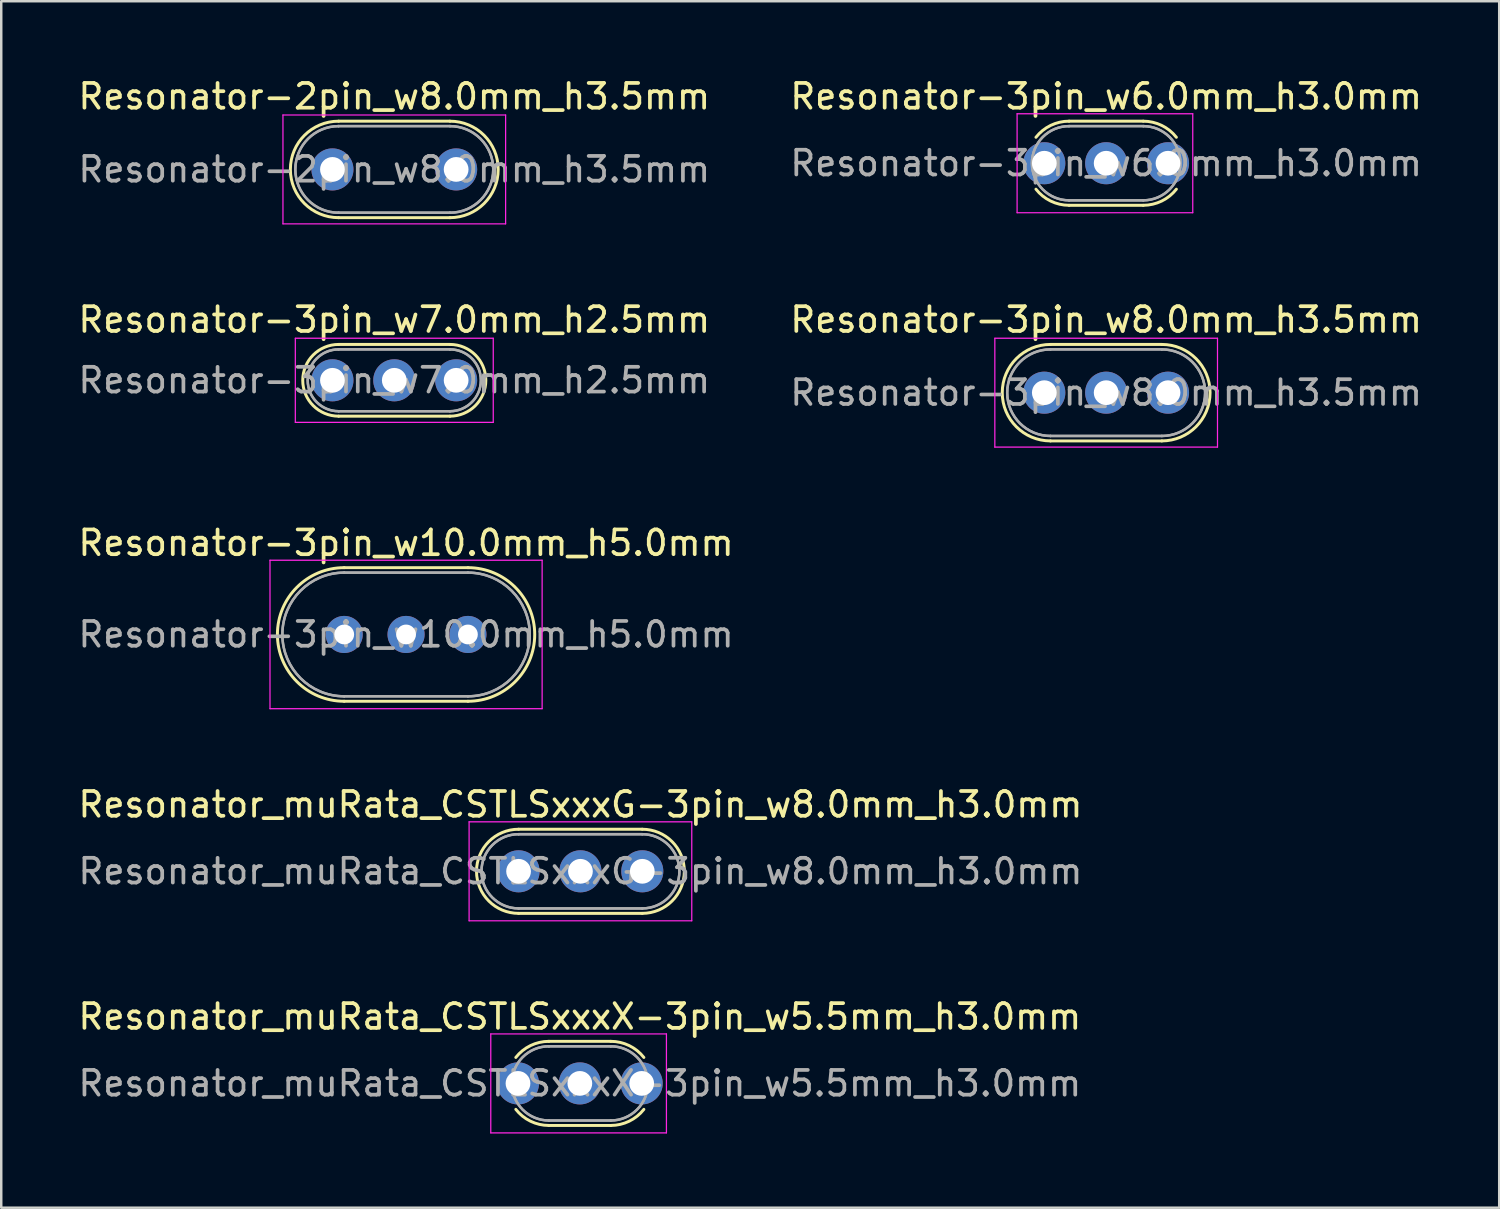
<source format=kicad_pcb>
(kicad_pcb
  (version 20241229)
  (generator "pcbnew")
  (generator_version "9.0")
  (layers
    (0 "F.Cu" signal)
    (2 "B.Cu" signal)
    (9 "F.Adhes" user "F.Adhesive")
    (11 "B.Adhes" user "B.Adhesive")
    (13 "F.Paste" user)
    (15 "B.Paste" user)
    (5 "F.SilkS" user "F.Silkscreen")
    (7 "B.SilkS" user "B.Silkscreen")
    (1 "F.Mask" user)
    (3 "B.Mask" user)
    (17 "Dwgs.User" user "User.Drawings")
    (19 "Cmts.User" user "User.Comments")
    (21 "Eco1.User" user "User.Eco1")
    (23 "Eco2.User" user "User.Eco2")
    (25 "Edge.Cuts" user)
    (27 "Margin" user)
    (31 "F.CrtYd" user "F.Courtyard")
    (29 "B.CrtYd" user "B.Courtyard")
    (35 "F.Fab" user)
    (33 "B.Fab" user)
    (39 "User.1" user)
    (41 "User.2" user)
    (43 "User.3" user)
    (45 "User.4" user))
  (footprint "Resonator-3pin_w10.0mm_h5.0mm"
    (layer "F.Cu")
    (at 10.863 22.595)
    (property "Reference" "Resonator-3pin_w10.0mm_h5.0mm" (at 2.5 -3.7 0) (layer "F.SilkS") (effects (font (size 1 1) (thickness 0.15))))
    (attr through_hole)
    (fp_line (start 0 -2.7) (end 5 -2.7) (stroke (width 0.12) (type solid)) (layer "F.SilkS"))
    (fp_line (start 0 2.7) (end 5 2.7) (stroke (width 0.12) (type solid)) (layer "F.SilkS"))
    (fp_arc (start 0 2.7) (mid -2.7 0) (end 0 -2.7) (stroke (width 0.12) (type solid)) (layer "F.SilkS"))
    (fp_arc (start 5 -2.7) (mid 7.7 0) (end 5 2.7) (stroke (width 0.12) (type solid)) (layer "F.SilkS"))
    (fp_line (start -3 -3) (end -3 3) (stroke (width 0.05) (type solid)) (layer "F.CrtYd"))
    (fp_line (start -3 3) (end 8 3) (stroke (width 0.05) (type solid)) (layer "F.CrtYd"))
    (fp_line (start 8 -3) (end -3 -3) (stroke (width 0.05) (type solid)) (layer "F.CrtYd"))
    (fp_line (start 8 3) (end 8 -3) (stroke (width 0.05) (type solid)) (layer "F.CrtYd"))
    (fp_line (start 0 -2.5) (end 5 -2.5) (stroke (width 0.1) (type solid)) (layer "F.Fab"))
    (fp_line (start 0 -2.5) (end 5 -2.5) (stroke (width 0.1) (type solid)) (layer "F.Fab"))
    (fp_line (start 0 2.5) (end 5 2.5) (stroke (width 0.1) (type solid)) (layer "F.Fab"))
    (fp_line (start 0 2.5) (end 5 2.5) (stroke (width 0.1) (type solid)) (layer "F.Fab"))
    (fp_arc (start 0 2.5) (mid -2.5 0) (end 0 -2.5) (stroke (width 0.1) (type solid)) (layer "F.Fab"))
    (fp_arc (start 0 2.5) (mid -2.5 0) (end 0 -2.5) (stroke (width 0.1) (type solid)) (layer "F.Fab"))
    (fp_arc (start 5 -2.5) (mid 7.5 0) (end 5 2.5) (stroke (width 0.1) (type solid)) (layer "F.Fab"))
    (fp_arc (start 5 -2.5) (mid 7.5 0) (end 5 2.5) (stroke (width 0.1) (type solid)) (layer "F.Fab"))
    (fp_text user "${REFERENCE}" (at 2.5 0 0) (layer "F.Fab") (effects (font (size 1 1) (thickness 0.15))))
    (pad "1" thru_hole circle (at 0 0) (size 1.5 1.5) (drill 0.8) (layers "*.Cu" "*.Mask"))
    (pad "2" thru_hole circle (at 2.5 0) (size 1.5 1.5) (drill 0.8) (layers "*.Cu" "*.Mask"))
    (pad "3" thru_hole circle (at 5 0) (size 1.5 1.5) (drill 0.8) (layers "*.Cu" "*.Mask")))
  (footprint "Resonator-3pin_w8.0mm_h3.5mm"
    (layer "F.Cu")
    (at 39.161 12.822)
    (property "Reference" "Resonator-3pin_w8.0mm_h3.5mm" (at 2.5 -2.95 0) (layer "F.SilkS") (effects (font (size 1 1) (thickness 0.15))))
    (attr through_hole)
    (fp_line (start 0.25 -1.95) (end 4.75 -1.95) (stroke (width 0.12) (type solid)) (layer "F.SilkS"))
    (fp_line (start 0.25 1.95) (end 4.75 1.95) (stroke (width 0.12) (type solid)) (layer "F.SilkS"))
    (fp_arc (start 0.25 1.95) (mid -1.7 0) (end 0.25 -1.95) (stroke (width 0.12) (type solid)) (layer "F.SilkS"))
    (fp_arc (start 4.75 -1.95) (mid 6.7 0) (end 4.75 1.95) (stroke (width 0.12) (type solid)) (layer "F.SilkS"))
    (fp_line (start -2 -2.2) (end -2 2.2) (stroke (width 0.05) (type solid)) (layer "F.CrtYd"))
    (fp_line (start -2 2.2) (end 7 2.2) (stroke (width 0.05) (type solid)) (layer "F.CrtYd"))
    (fp_line (start 7 -2.2) (end -2 -2.2) (stroke (width 0.05) (type solid)) (layer "F.CrtYd"))
    (fp_line (start 7 2.2) (end 7 -2.2) (stroke (width 0.05) (type solid)) (layer "F.CrtYd"))
    (fp_line (start 0.25 -1.75) (end 4.75 -1.75) (stroke (width 0.1) (type solid)) (layer "F.Fab"))
    (fp_line (start 0.25 -1.75) (end 4.75 -1.75) (stroke (width 0.1) (type solid)) (layer "F.Fab"))
    (fp_line (start 0.25 1.75) (end 4.75 1.75) (stroke (width 0.1) (type solid)) (layer "F.Fab"))
    (fp_line (start 0.25 1.75) (end 4.75 1.75) (stroke (width 0.1) (type solid)) (layer "F.Fab"))
    (fp_arc (start 0.25 1.75) (mid -1.5 0) (end 0.25 -1.75) (stroke (width 0.1) (type solid)) (layer "F.Fab"))
    (fp_arc (start 0.25 1.75) (mid -1.5 0) (end 0.25 -1.75) (stroke (width 0.1) (type solid)) (layer "F.Fab"))
    (fp_arc (start 4.75 -1.75) (mid 6.5 0) (end 4.75 1.75) (stroke (width 0.1) (type solid)) (layer "F.Fab"))
    (fp_arc (start 4.75 -1.75) (mid 6.5 0) (end 4.75 1.75) (stroke (width 0.1) (type solid)) (layer "F.Fab"))
    (fp_text user "${REFERENCE}" (at 2.5 0 0) (layer "F.Fab") (effects (font (size 1 1) (thickness 0.15))))
    (pad "1" thru_hole circle (at 0 0) (size 1.7 1.7) (drill 1) (layers "*.Cu" "*.Mask"))
    (pad "2" thru_hole circle (at 2.5 0) (size 1.7 1.7) (drill 1) (layers "*.Cu" "*.Mask"))
    (pad "3" thru_hole circle (at 5 0) (size 1.7 1.7) (drill 1) (layers "*.Cu" "*.Mask")))
  (footprint "Resonator-3pin_w7.0mm_h2.5mm"
    (layer "F.Cu")
    (at 10.387 12.322)
    (property "Reference" "Resonator-3pin_w7.0mm_h2.5mm" (at 2.5 -2.45 0) (layer "F.SilkS") (effects (font (size 1 1) (thickness 0.15))))
    (attr through_hole)
    (fp_line (start 0.25 -1.45) (end 4.75 -1.45) (stroke (width 0.12) (type solid)) (layer "F.SilkS"))
    (fp_line (start 0.25 1.45) (end 4.75 1.45) (stroke (width 0.12) (type solid)) (layer "F.SilkS"))
    (fp_arc (start 0.25 1.45) (mid -1.2 0) (end 0.25 -1.45) (stroke (width 0.12) (type solid)) (layer "F.SilkS"))
    (fp_arc (start 4.75 -1.45) (mid 6.2 0) (end 4.75 1.45) (stroke (width 0.12) (type solid)) (layer "F.SilkS"))
    (fp_line (start -1.5 -1.7) (end -1.5 1.7) (stroke (width 0.05) (type solid)) (layer "F.CrtYd"))
    (fp_line (start -1.5 1.7) (end 6.5 1.7) (stroke (width 0.05) (type solid)) (layer "F.CrtYd"))
    (fp_line (start 6.5 -1.7) (end -1.5 -1.7) (stroke (width 0.05) (type solid)) (layer "F.CrtYd"))
    (fp_line (start 6.5 1.7) (end 6.5 -1.7) (stroke (width 0.05) (type solid)) (layer "F.CrtYd"))
    (fp_line (start 0.25 -1.25) (end 4.75 -1.25) (stroke (width 0.1) (type solid)) (layer "F.Fab"))
    (fp_line (start 0.25 -1.25) (end 4.75 -1.25) (stroke (width 0.1) (type solid)) (layer "F.Fab"))
    (fp_line (start 0.25 1.25) (end 4.75 1.25) (stroke (width 0.1) (type solid)) (layer "F.Fab"))
    (fp_line (start 0.25 1.25) (end 4.75 1.25) (stroke (width 0.1) (type solid)) (layer "F.Fab"))
    (fp_arc (start 0.25 1.25) (mid -1 0) (end 0.25 -1.25) (stroke (width 0.1) (type solid)) (layer "F.Fab"))
    (fp_arc (start 0.25 1.25) (mid -1 0) (end 0.25 -1.25) (stroke (width 0.1) (type solid)) (layer "F.Fab"))
    (fp_arc (start 4.75 -1.25) (mid 6 0) (end 4.75 1.25) (stroke (width 0.1) (type solid)) (layer "F.Fab"))
    (fp_arc (start 4.75 -1.25) (mid 6 0) (end 4.75 1.25) (stroke (width 0.1) (type solid)) (layer "F.Fab"))
    (fp_text user "${REFERENCE}" (at 2.5 0 0) (layer "F.Fab") (effects (font (size 1 1) (thickness 0.15))))
    (pad "1" thru_hole circle (at 0 0) (size 1.7 1.7) (drill 1) (layers "*.Cu" "*.Mask"))
    (pad "2" thru_hole circle (at 2.5 0) (size 1.7 1.7) (drill 1) (layers "*.Cu" "*.Mask"))
    (pad "3" thru_hole circle (at 5 0) (size 1.7 1.7) (drill 1) (layers "*.Cu" "*.Mask")))
  (footprint "Resonator_muRata_CSTLSxxxG-3pin_w8.0mm_h3.0mm"
    (layer "F.Cu")
    (at 17.911 32.168)
    (property "Reference" "Resonator_muRata_CSTLSxxxG-3pin_w8.0mm_h3.0mm" (at 2.5 -2.7 0) (layer "F.SilkS") (effects (font (size 1 1) (thickness 0.15))))
    (attr through_hole)
    (fp_line (start 0 -1.7) (end 5 -1.7) (stroke (width 0.12) (type solid)) (layer "F.SilkS"))
    (fp_line (start 0 1.7) (end 5 1.7) (stroke (width 0.12) (type solid)) (layer "F.SilkS"))
    (fp_arc (start 0 1.7) (mid -1.7 0) (end 0 -1.7) (stroke (width 0.12) (type solid)) (layer "F.SilkS"))
    (fp_arc (start 5 -1.7) (mid 6.7 0) (end 5 1.7) (stroke (width 0.12) (type solid)) (layer "F.SilkS"))
    (fp_line (start -2 -2) (end -2 2) (stroke (width 0.05) (type solid)) (layer "F.CrtYd"))
    (fp_line (start -2 2) (end 7 2) (stroke (width 0.05) (type solid)) (layer "F.CrtYd"))
    (fp_line (start 7 -2) (end -2 -2) (stroke (width 0.05) (type solid)) (layer "F.CrtYd"))
    (fp_line (start 7 2) (end 7 -2) (stroke (width 0.05) (type solid)) (layer "F.CrtYd"))
    (fp_line (start 0 -1.5) (end 5 -1.5) (stroke (width 0.1) (type solid)) (layer "F.Fab"))
    (fp_line (start 0 -1.5) (end 5 -1.5) (stroke (width 0.1) (type solid)) (layer "F.Fab"))
    (fp_line (start 0 1.5) (end 5 1.5) (stroke (width 0.1) (type solid)) (layer "F.Fab"))
    (fp_line (start 0 1.5) (end 5 1.5) (stroke (width 0.1) (type solid)) (layer "F.Fab"))
    (fp_arc (start 0 1.5) (mid -1.5 0) (end 0 -1.5) (stroke (width 0.1) (type solid)) (layer "F.Fab"))
    (fp_arc (start 0 1.5) (mid -1.5 0) (end 0 -1.5) (stroke (width 0.1) (type solid)) (layer "F.Fab"))
    (fp_arc (start 5 -1.5) (mid 6.5 0) (end 5 1.5) (stroke (width 0.1) (type solid)) (layer "F.Fab"))
    (fp_arc (start 5 -1.5) (mid 6.5 0) (end 5 1.5) (stroke (width 0.1) (type solid)) (layer "F.Fab"))
    (fp_text user "${REFERENCE}" (at 2.5 0 0) (layer "F.Fab") (effects (font (size 1 1) (thickness 0.15))))
    (pad "1" thru_hole circle (at 0 0) (size 1.7 1.7) (drill 1) (layers "*.Cu" "*.Mask"))
    (pad "2" thru_hole circle (at 2.5 0) (size 1.7 1.7) (drill 1) (layers "*.Cu" "*.Mask"))
    (pad "3" thru_hole circle (at 5 0) (size 1.7 1.7) (drill 1) (layers "*.Cu" "*.Mask")))
  (footprint "Resonator-2pin_w8.0mm_h3.5mm"
    (layer "F.Cu")
    (at 10.387 3.798)
    (property "Reference" "Resonator-2pin_w8.0mm_h3.5mm" (at 2.5 -2.95 0) (layer "F.SilkS") (effects (font (size 1 1) (thickness 0.15))))
    (attr through_hole)
    (fp_line (start 0.25 -1.95) (end 4.75 -1.95) (stroke (width 0.12) (type solid)) (layer "F.SilkS"))
    (fp_line (start 0.25 1.95) (end 4.75 1.95) (stroke (width 0.12) (type solid)) (layer "F.SilkS"))
    (fp_arc (start 0.25 1.95) (mid -1.7 0) (end 0.25 -1.95) (stroke (width 0.12) (type solid)) (layer "F.SilkS"))
    (fp_arc (start 4.75 -1.95) (mid 6.7 0) (end 4.75 1.95) (stroke (width 0.12) (type solid)) (layer "F.SilkS"))
    (fp_line (start -2 -2.2) (end -2 2.2) (stroke (width 0.05) (type solid)) (layer "F.CrtYd"))
    (fp_line (start -2 2.2) (end 7 2.2) (stroke (width 0.05) (type solid)) (layer "F.CrtYd"))
    (fp_line (start 7 -2.2) (end -2 -2.2) (stroke (width 0.05) (type solid)) (layer "F.CrtYd"))
    (fp_line (start 7 2.2) (end 7 -2.2) (stroke (width 0.05) (type solid)) (layer "F.CrtYd"))
    (fp_line (start 0.25 -1.75) (end 4.75 -1.75) (stroke (width 0.1) (type solid)) (layer "F.Fab"))
    (fp_line (start 0.25 -1.75) (end 4.75 -1.75) (stroke (width 0.1) (type solid)) (layer "F.Fab"))
    (fp_line (start 0.25 1.75) (end 4.75 1.75) (stroke (width 0.1) (type solid)) (layer "F.Fab"))
    (fp_line (start 0.25 1.75) (end 4.75 1.75) (stroke (width 0.1) (type solid)) (layer "F.Fab"))
    (fp_arc (start 0.25 1.75) (mid -1.5 0) (end 0.25 -1.75) (stroke (width 0.1) (type solid)) (layer "F.Fab"))
    (fp_arc (start 0.25 1.75) (mid -1.5 0) (end 0.25 -1.75) (stroke (width 0.1) (type solid)) (layer "F.Fab"))
    (fp_arc (start 4.75 -1.75) (mid 6.5 0) (end 4.75 1.75) (stroke (width 0.1) (type solid)) (layer "F.Fab"))
    (fp_arc (start 4.75 -1.75) (mid 6.5 0) (end 4.75 1.75) (stroke (width 0.1) (type solid)) (layer "F.Fab"))
    (fp_text user "${REFERENCE}" (at 2.5 0 0) (layer "F.Fab") (effects (font (size 1 1) (thickness 0.15))))
    (pad "1" thru_hole circle (at 0 0) (size 1.7 1.7) (drill 1) (layers "*.Cu" "*.Mask"))
    (pad "2" thru_hole circle (at 5 0) (size 1.7 1.7) (drill 1) (layers "*.Cu" "*.Mask")))
  (footprint "Resonator-3pin_w6.0mm_h3.0mm"
    (layer "F.Cu")
    (at 39.161 3.548)
    (property "Reference" "Resonator-3pin_w6.0mm_h3.0mm" (at 2.5 -2.7 0) (layer "F.SilkS") (effects (font (size 1 1) (thickness 0.15))))
    (attr through_hole)
    (fp_line (start 1 -1.7) (end 4 -1.7) (stroke (width 0.12) (type solid)) (layer "F.SilkS"))
    (fp_line (start 1 1.7) (end 4 1.7) (stroke (width 0.12) (type solid)) (layer "F.SilkS"))
    (fp_arc (start -0.33779 -1.048961) (mid 0.256102 -1.5286) (end 1 -1.7) (stroke (width 0.12) (type solid)) (layer "F.SilkS"))
    (fp_arc (start 1 1.7) (mid 0.256103 1.5286) (end -0.33779 1.048961) (stroke (width 0.12) (type solid)) (layer "F.SilkS"))
    (fp_arc (start 4 -1.7) (mid 4.743897 -1.5286) (end 5.33779 -1.048961) (stroke (width 0.12) (type solid)) (layer "F.SilkS"))
    (fp_arc (start 5.33779 1.048961) (mid 4.743898 1.5286) (end 4 1.7) (stroke (width 0.12) (type solid)) (layer "F.SilkS"))
    (fp_line (start -1.1 -2) (end -1.1 2) (stroke (width 0.05) (type solid)) (layer "F.CrtYd"))
    (fp_line (start -1.1 2) (end 6 2) (stroke (width 0.05) (type solid)) (layer "F.CrtYd"))
    (fp_line (start 6 -2) (end -1.1 -2) (stroke (width 0.05) (type solid)) (layer "F.CrtYd"))
    (fp_line (start 6 2) (end 6 -2) (stroke (width 0.05) (type solid)) (layer "F.CrtYd"))
    (fp_line (start 1 -1.5) (end 4 -1.5) (stroke (width 0.1) (type solid)) (layer "F.Fab"))
    (fp_line (start 1 -1.5) (end 4 -1.5) (stroke (width 0.1) (type solid)) (layer "F.Fab"))
    (fp_line (start 1 1.5) (end 4 1.5) (stroke (width 0.1) (type solid)) (layer "F.Fab"))
    (fp_line (start 1 1.5) (end 4 1.5) (stroke (width 0.1) (type solid)) (layer "F.Fab"))
    (fp_arc (start 1 1.5) (mid -0.5 0) (end 1 -1.5) (stroke (width 0.1) (type solid)) (layer "F.Fab"))
    (fp_arc (start 1 1.5) (mid -0.5 0) (end 1 -1.5) (stroke (width 0.1) (type solid)) (layer "F.Fab"))
    (fp_arc (start 4 -1.5) (mid 5.5 0) (end 4 1.5) (stroke (width 0.1) (type solid)) (layer "F.Fab"))
    (fp_arc (start 4 -1.5) (mid 5.5 0) (end 4 1.5) (stroke (width 0.1) (type solid)) (layer "F.Fab"))
    (fp_text user "${REFERENCE}" (at 2.5 0 0) (layer "F.Fab") (effects (font (size 1 1) (thickness 0.15))))
    (pad "1" thru_hole circle (at 0 0) (size 1.7 1.7) (drill 1) (layers "*.Cu" "*.Mask"))
    (pad "2" thru_hole circle (at 2.5 0) (size 1.7 1.7) (drill 1) (layers "*.Cu" "*.Mask"))
    (pad "3" thru_hole circle (at 5 0) (size 1.7 1.7) (drill 1) (layers "*.Cu" "*.Mask")))
  (footprint "Resonator_muRata_CSTLSxxxX-3pin_w5.5mm_h3.0mm"
    (layer "F.Cu")
    (at 17.887 40.741)
    (property "Reference" "Resonator_muRata_CSTLSxxxX-3pin_w5.5mm_h3.0mm" (at 2.5 -2.7 0) (layer "F.SilkS") (effects (font (size 1 1) (thickness 0.15))))
    (attr through_hole)
    (fp_line (start 1.25 -1.7) (end 3.75 -1.7) (stroke (width 0.12) (type solid)) (layer "F.SilkS"))
    (fp_line (start 1.25 1.7) (end 3.75 1.7) (stroke (width 0.12) (type solid)) (layer "F.SilkS"))
    (fp_arc (start -0.08779 -1.048961) (mid 0.506102 -1.5286) (end 1.25 -1.7) (stroke (width 0.12) (type solid)) (layer "F.SilkS"))
    (fp_arc (start 1.25 1.7) (mid 0.506103 1.5286) (end -0.08779 1.048961) (stroke (width 0.12) (type solid)) (layer "F.SilkS"))
    (fp_arc (start 3.75 -1.7) (mid 4.493897 -1.5286) (end 5.08779 -1.048961) (stroke (width 0.12) (type solid)) (layer "F.SilkS"))
    (fp_arc (start 5.08779 1.048961) (mid 4.493898 1.5286) (end 3.75 1.7) (stroke (width 0.12) (type solid)) (layer "F.SilkS"))
    (fp_line (start -1.1 -2) (end -1.1 2) (stroke (width 0.05) (type solid)) (layer "F.CrtYd"))
    (fp_line (start -1.1 2) (end 6 2) (stroke (width 0.05) (type solid)) (layer "F.CrtYd"))
    (fp_line (start 6 -2) (end -1.1 -2) (stroke (width 0.05) (type solid)) (layer "F.CrtYd"))
    (fp_line (start 6 2) (end 6 -2) (stroke (width 0.05) (type solid)) (layer "F.CrtYd"))
    (fp_line (start 1.25 -1.5) (end 3.75 -1.5) (stroke (width 0.1) (type solid)) (layer "F.Fab"))
    (fp_line (start 1.25 -1.5) (end 3.75 -1.5) (stroke (width 0.1) (type solid)) (layer "F.Fab"))
    (fp_line (start 1.25 1.5) (end 3.75 1.5) (stroke (width 0.1) (type solid)) (layer "F.Fab"))
    (fp_line (start 1.25 1.5) (end 3.75 1.5) (stroke (width 0.1) (type solid)) (layer "F.Fab"))
    (fp_arc (start 1.25 1.5) (mid -0.25 0) (end 1.25 -1.5) (stroke (width 0.1) (type solid)) (layer "F.Fab"))
    (fp_arc (start 1.25 1.5) (mid -0.25 0) (end 1.25 -1.5) (stroke (width 0.1) (type solid)) (layer "F.Fab"))
    (fp_arc (start 3.75 -1.5) (mid 5.25 0) (end 3.75 1.5) (stroke (width 0.1) (type solid)) (layer "F.Fab"))
    (fp_arc (start 3.75 -1.5) (mid 5.25 0) (end 3.75 1.5) (stroke (width 0.1) (type solid)) (layer "F.Fab"))
    (fp_text user "${REFERENCE}" (at 2.5 0 0) (layer "F.Fab") (effects (font (size 1 1) (thickness 0.15))))
    (pad "1" thru_hole circle (at 0 0) (size 1.7 1.7) (drill 1) (layers "*.Cu" "*.Mask"))
    (pad "2" thru_hole circle (at 2.5 0) (size 1.7 1.7) (drill 1) (layers "*.Cu" "*.Mask"))
    (pad "3" thru_hole circle (at 5 0) (size 1.7 1.7) (drill 1) (layers "*.Cu" "*.Mask")))
  (gr_rect
    (start -3 -3)
    (end 57.548 45.766)
    (stroke (width 0.1) (type default))
    (fill no)
    (layer "Edge.Cuts")))
</source>
